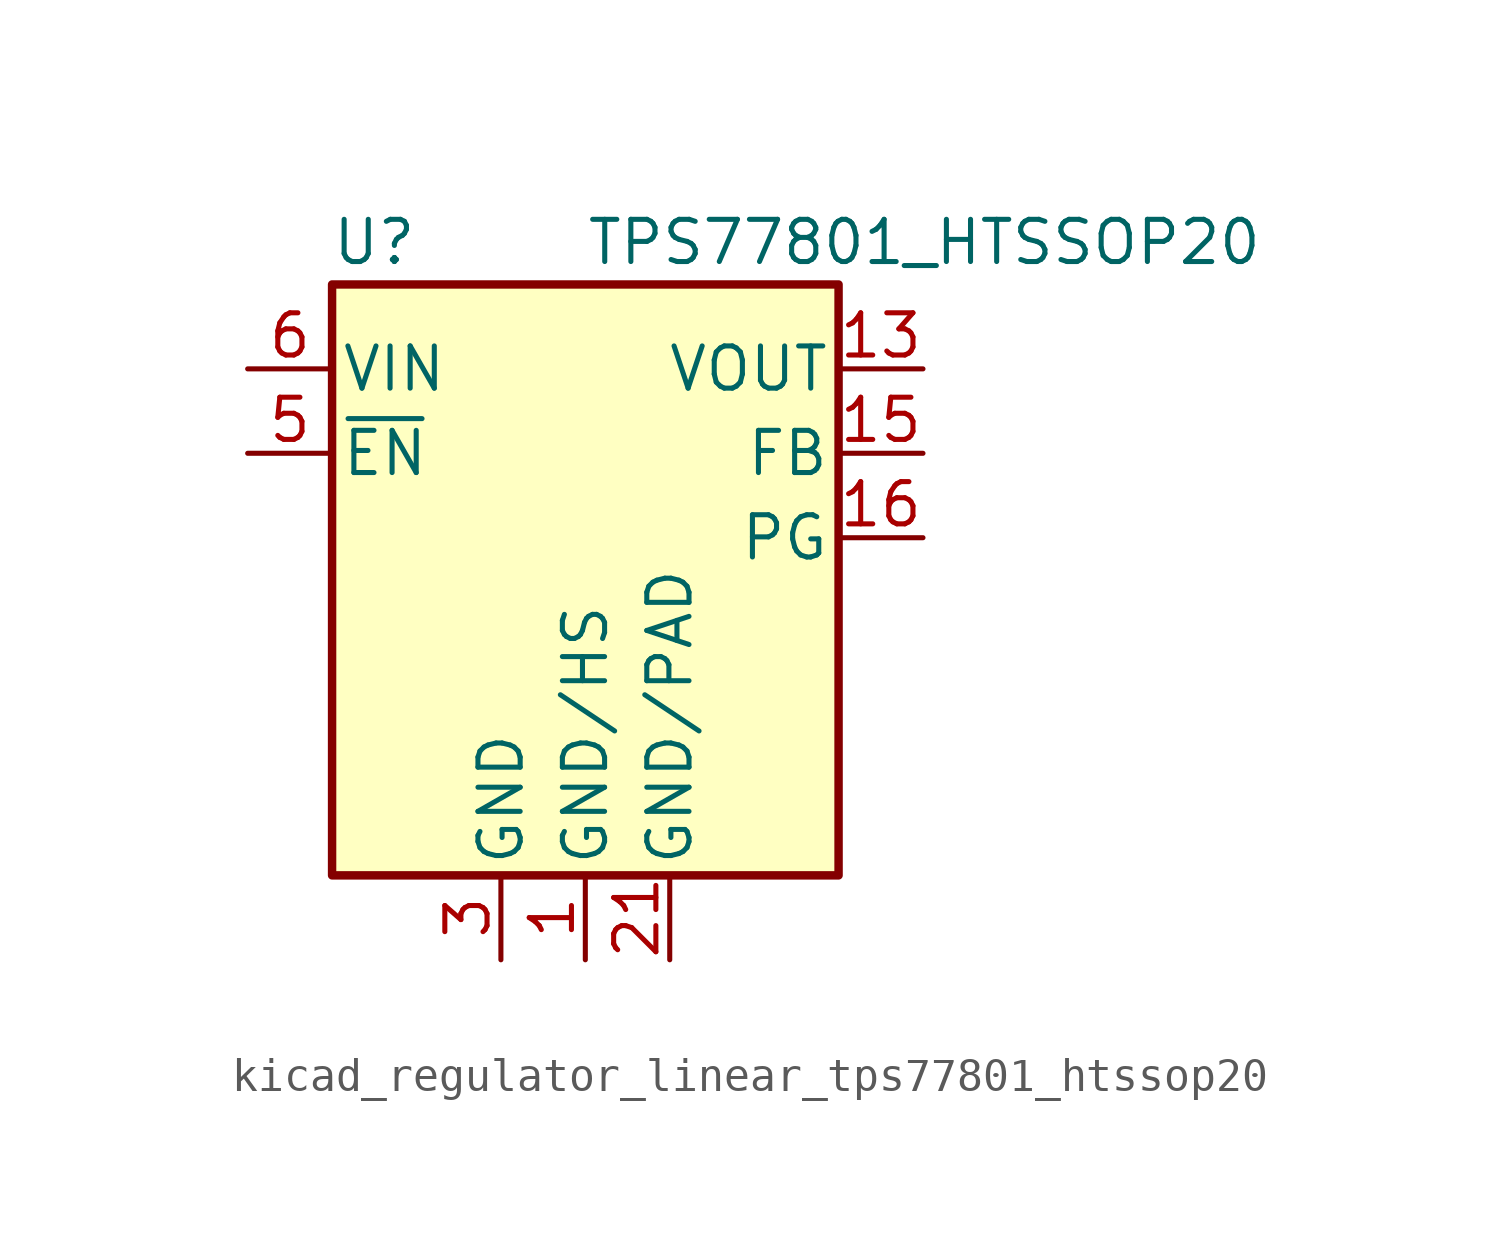
<source format=kicad_sym>
(kicad_symbol_lib
  (version 20220914)
  (generator kicad_symbol_editor)
  (symbol "kicad_regulator_linear_tps77801_htssop20"
    (pin_names
      (offset 0.254))
    (property "Reference" "U"
      (at -6.35 8.89 0)
      (effects (font (size 1.27 1.27))))
    (property "Value" "TPS77801_HTSSOP20"
      (at 0 8.89 0)
      (effects (font (size 1.27 1.27)) (justify left)))
    (symbol "kicad_regulator_linear_tps77801_htssop20_0_1"
      (rectangle (start -7.62 7.62) (end 7.62 -10.16) (stroke (width 0.254) (type default)) (fill (type background))))
    (symbol "kicad_regulator_linear_tps77801_htssop20_1_1"
      (pin power_in line (at 0 -12.7 90) (length 2.54) (name "GND/HS" (effects (font (size 1.27 1.27)))) (number "1" (effects (font (size 1.27 1.27)))))
      (pin passive line (at 0 -12.7 90) (length 2.54) hide (name "GND/HS" (effects (font (size 1.27 1.27)))) (number "10" (effects (font (size 1.27 1.27)))))
      (pin passive line (at 0 -12.7 90) (length 2.54) hide (name "GND/HS" (effects (font (size 1.27 1.27)))) (number "11" (effects (font (size 1.27 1.27)))))
      (pin passive line (at 0 -12.7 90) (length 2.54) hide (name "GND/HS" (effects (font (size 1.27 1.27)))) (number "12" (effects (font (size 1.27 1.27)))))
      (pin power_out line (at 10.16 5.08 180) (length 2.54) (name "VOUT" (effects (font (size 1.27 1.27)))) (number "13" (effects (font (size 1.27 1.27)))))
      (pin passive line (at 10.16 5.08 180) (length 2.54) hide (name "VOUT" (effects (font (size 1.27 1.27)))) (number "14" (effects (font (size 1.27 1.27)))))
      (pin passive line (at 10.16 2.54 180) (length 2.54) (name "FB" (effects (font (size 1.27 1.27)))) (number "15" (effects (font (size 1.27 1.27)))))
      (pin open_collector line (at 10.16 0 180) (length 2.54) (name "PG" (effects (font (size 1.27 1.27)))) (number "16" (effects (font (size 1.27 1.27)))))
      (pin no_connect line (at 7.62 -2.54 180) (length 2.54) hide (name "NC" (effects (font (size 1.27 1.27)))) (number "17" (effects (font (size 1.27 1.27)))))
      (pin no_connect line (at 7.62 -5.08 180) (length 2.54) hide (name "NC" (effects (font (size 1.27 1.27)))) (number "18" (effects (font (size 1.27 1.27)))))
      (pin passive line (at 0 -12.7 90) (length 2.54) hide (name "GND/HS" (effects (font (size 1.27 1.27)))) (number "19" (effects (font (size 1.27 1.27)))))
      (pin passive line (at 0 -12.7 90) (length 2.54) hide (name "GND/HS" (effects (font (size 1.27 1.27)))) (number "2" (effects (font (size 1.27 1.27)))))
      (pin passive line (at 0 -12.7 90) (length 2.54) hide (name "GND/HS" (effects (font (size 1.27 1.27)))) (number "20" (effects (font (size 1.27 1.27)))))
      (pin power_in line (at 2.54 -12.7 90) (length 2.54) (name "GND/PAD" (effects (font (size 1.27 1.27)))) (number "21" (effects (font (size 1.27 1.27)))))
      (pin power_in line (at -2.54 -12.7 90) (length 2.54) (name "GND" (effects (font (size 1.27 1.27)))) (number "3" (effects (font (size 1.27 1.27)))))
      (pin no_connect line (at -7.62 0 0) (length 2.54) hide (name "NC" (effects (font (size 1.27 1.27)))) (number "4" (effects (font (size 1.27 1.27)))))
      (pin input line (at -10.16 2.54 0) (length 2.54) (name "~{EN}" (effects (font (size 1.27 1.27)))) (number "5" (effects (font (size 1.27 1.27)))))
      (pin power_in line (at -10.16 5.08 0) (length 2.54) (name "VIN" (effects (font (size 1.27 1.27)))) (number "6" (effects (font (size 1.27 1.27)))))
      (pin passive line (at -10.16 5.08 0) (length 2.54) hide (name "VIN" (effects (font (size 1.27 1.27)))) (number "7" (effects (font (size 1.27 1.27)))))
      (pin no_connect line (at -7.62 -2.54 0) (length 2.54) hide (name "NC" (effects (font (size 1.27 1.27)))) (number "8" (effects (font (size 1.27 1.27)))))
      (pin passive line (at 0 -12.7 90) (length 2.54) hide (name "GND/HS" (effects (font (size 1.27 1.27)))) (number "9" (effects (font (size 1.27 1.27))))))))
</source>
